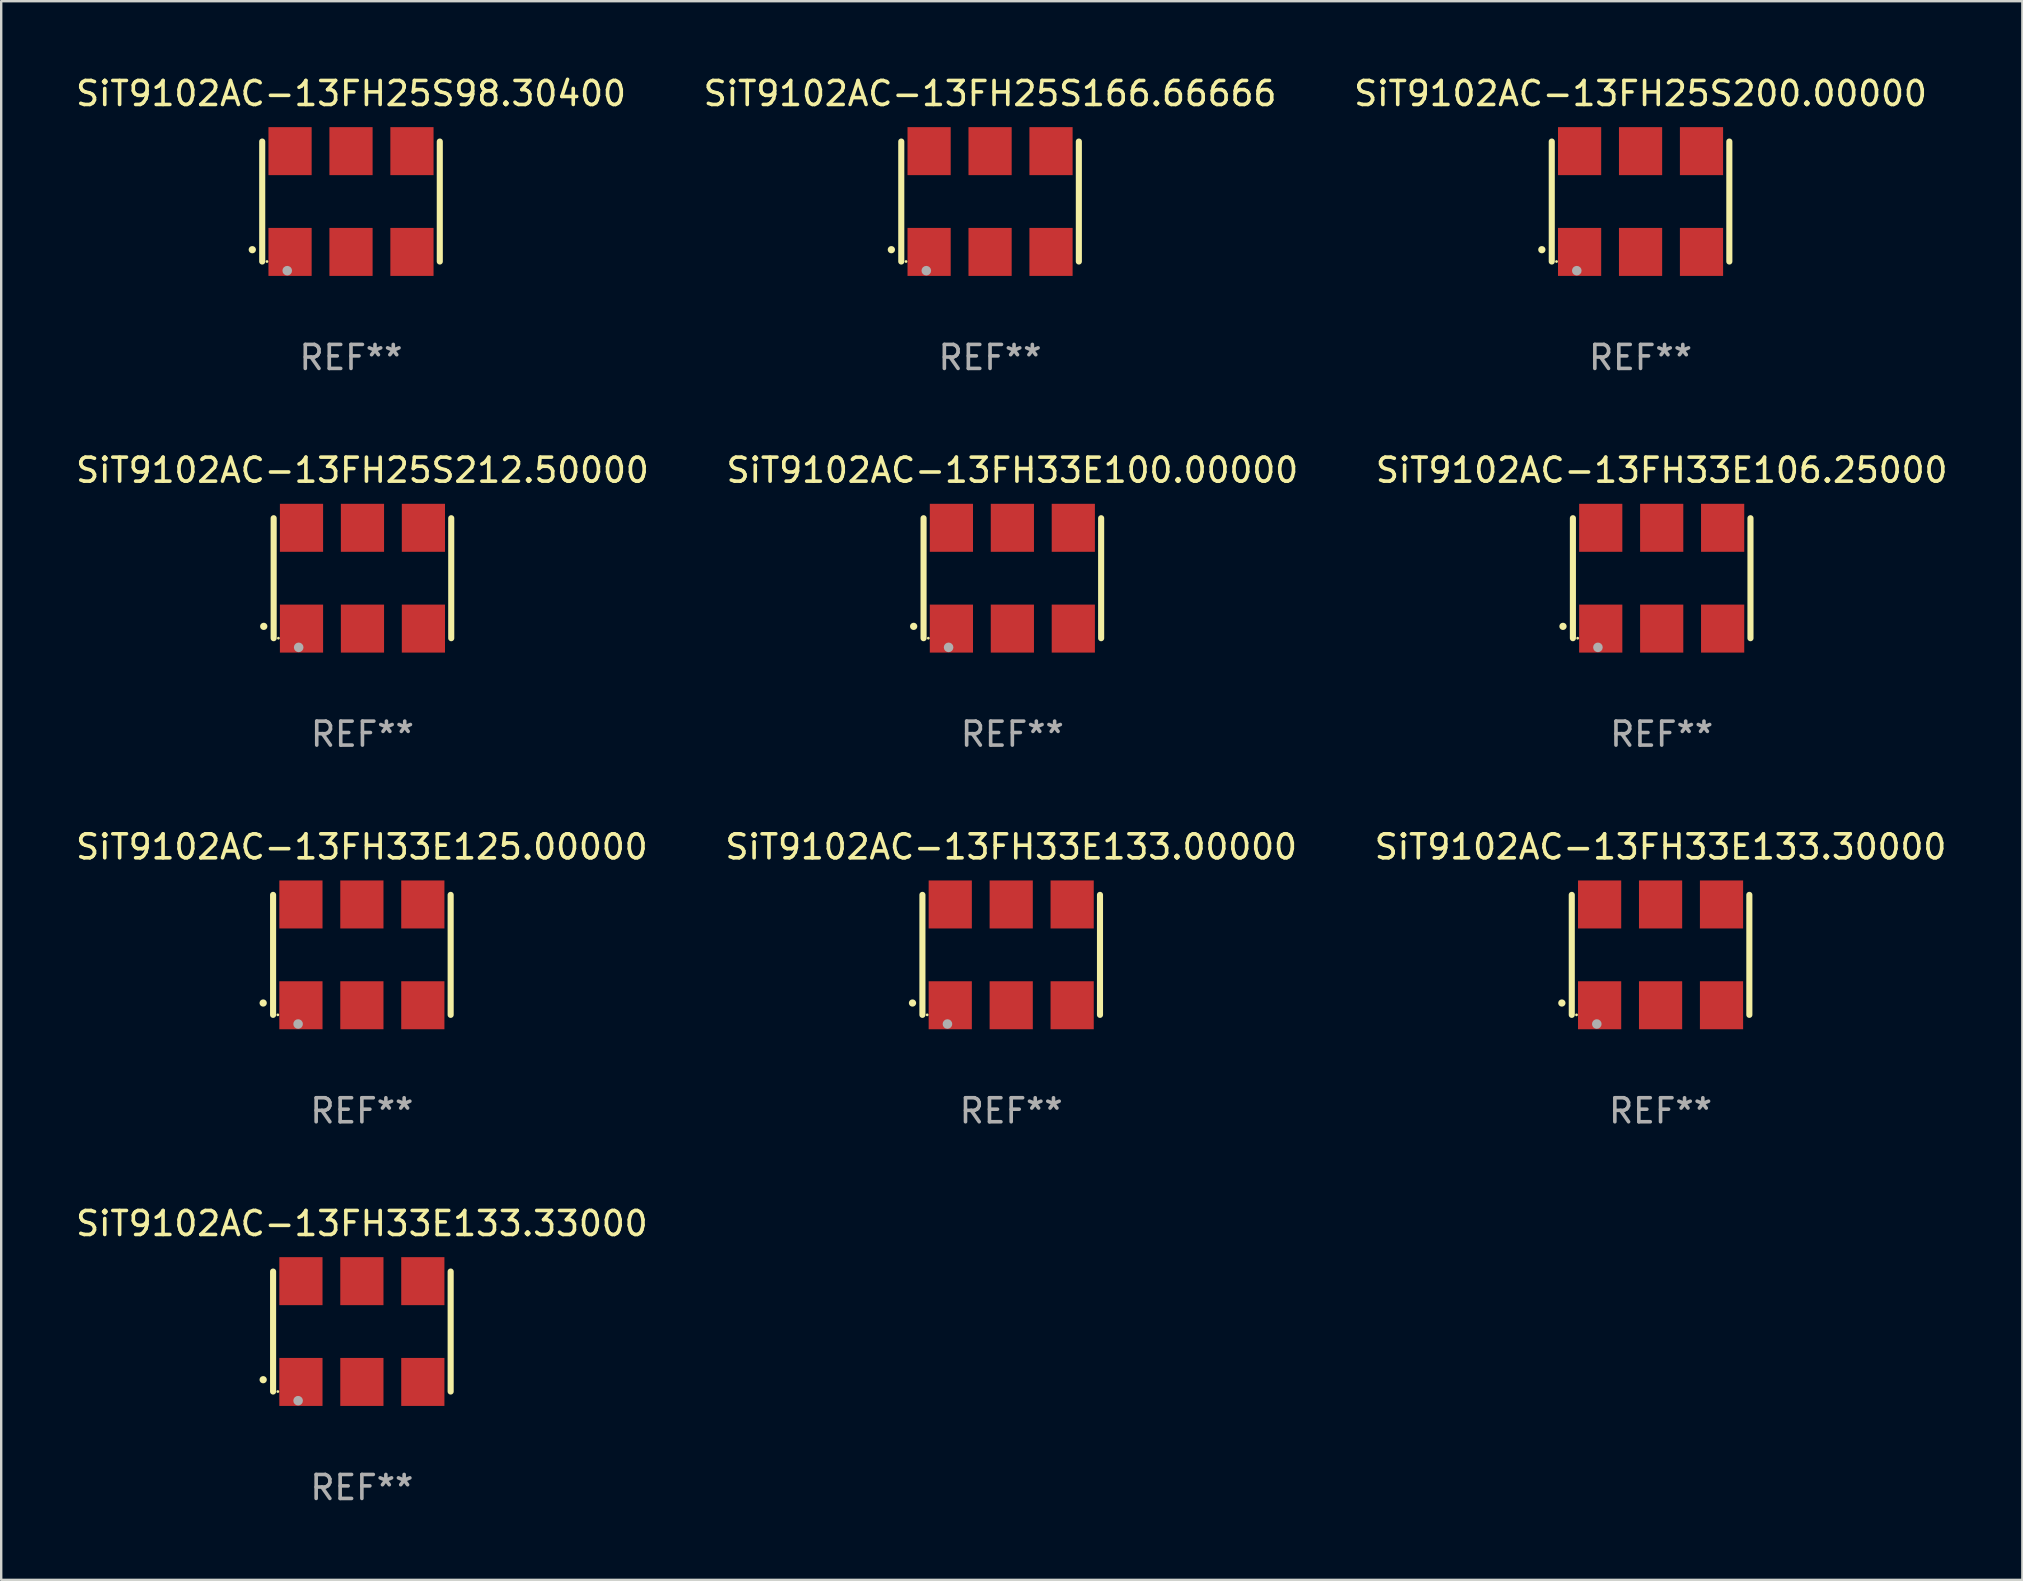
<source format=kicad_pcb>
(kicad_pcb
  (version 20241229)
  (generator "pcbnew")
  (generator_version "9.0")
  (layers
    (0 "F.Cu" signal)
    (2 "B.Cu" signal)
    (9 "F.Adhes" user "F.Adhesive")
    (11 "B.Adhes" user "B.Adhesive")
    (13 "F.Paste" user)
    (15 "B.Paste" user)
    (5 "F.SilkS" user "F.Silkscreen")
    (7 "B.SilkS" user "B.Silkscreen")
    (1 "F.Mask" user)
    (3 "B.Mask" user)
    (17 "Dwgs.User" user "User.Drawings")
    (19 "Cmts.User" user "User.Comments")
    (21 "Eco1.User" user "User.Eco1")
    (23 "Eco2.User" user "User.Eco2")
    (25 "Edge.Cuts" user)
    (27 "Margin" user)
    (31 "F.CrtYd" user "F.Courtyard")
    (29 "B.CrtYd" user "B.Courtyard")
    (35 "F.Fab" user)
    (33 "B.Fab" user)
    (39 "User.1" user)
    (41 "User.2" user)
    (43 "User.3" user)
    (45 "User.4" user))
  (footprint "SiT9102AC-13FH33E100.00000"
    (layer "F.Cu")
    (at 39.137 21.045)
    (property "Reference" "SiT9102AC-13FH33E100.00000" (at 0 -4.5 0) (layer "F.SilkS") (effects (font (size 1 1) (thickness 0.15))))
    (attr through_hole)
    (fp_line (start -3.7 -2.5) (end -3.7 2.5) (stroke (width 0.254) (type solid)) (layer "F.SilkS"))
    (fp_line (start 3.7 -2.5) (end 3.7 2.5) (stroke (width 0.254) (type solid)) (layer "F.SilkS"))
    (fp_arc (start -4.114415 2.006604) (mid -4.113145 2.006599) (end -4.111875 2.006604) (stroke (width 0.3) (type solid)) (layer "F.SilkS"))
    (fp_circle (center -3.502 2.5) (end -3.472 2.5) (stroke (width 0.06) (type solid)) (fill no) (layer "F.SilkS"))
    (fp_circle (center -2.657 2.882) (end -2.557 2.882) (stroke (width 0.2) (type solid)) (fill no) (layer "F.Fab"))
    (fp_text user "REF**" (at 0 6.5 0) (layer "F.Fab") (effects (font (size 1 1) (thickness 0.15))))
    (pad "1" smd rect (at -2.54 2.1) (size 1.8 2) (layers "F.Cu" "F.Mask" "F.Paste"))
    (pad "2" smd rect (at 0.000394 2.1) (size 1.8 2) (layers "F.Cu" "F.Mask" "F.Paste"))
    (pad "3" smd rect (at 2.54 2.1) (size 1.8 2) (layers "F.Cu" "F.Mask" "F.Paste"))
    (pad "4" smd rect (at 2.54 -2.1) (size 1.8 2) (layers "F.Cu" "F.Mask" "F.Paste"))
    (pad "5" smd rect (at 0.000394 -2.1) (size 1.8 2) (layers "F.Cu" "F.Mask" "F.Paste"))
    (pad "6" smd rect (at -2.54 -2.1) (size 1.8 2) (layers "F.Cu" "F.Mask" "F.Paste")))
  (footprint "SiT9102AC-13FH33E106.25000"
    (layer "F.Cu")
    (at 66.196 21.045)
    (property "Reference" "SiT9102AC-13FH33E106.25000" (at 0 -4.5 0) (layer "F.SilkS") (effects (font (size 1 1) (thickness 0.15))))
    (attr through_hole)
    (fp_line (start -3.7 -2.5) (end -3.7 2.5) (stroke (width 0.254) (type solid)) (layer "F.SilkS"))
    (fp_line (start 3.7 -2.5) (end 3.7 2.5) (stroke (width 0.254) (type solid)) (layer "F.SilkS"))
    (fp_arc (start -4.114415 2.006604) (mid -4.113145 2.006599) (end -4.111875 2.006604) (stroke (width 0.3) (type solid)) (layer "F.SilkS"))
    (fp_circle (center -3.502 2.5) (end -3.472 2.5) (stroke (width 0.06) (type solid)) (fill no) (layer "F.SilkS"))
    (fp_circle (center -2.657 2.882) (end -2.557 2.882) (stroke (width 0.2) (type solid)) (fill no) (layer "F.Fab"))
    (fp_text user "REF**" (at 0 6.5 0) (layer "F.Fab") (effects (font (size 1 1) (thickness 0.15))))
    (pad "1" smd rect (at -2.54 2.1) (size 1.8 2) (layers "F.Cu" "F.Mask" "F.Paste"))
    (pad "2" smd rect (at 0.000394 2.1) (size 1.8 2) (layers "F.Cu" "F.Mask" "F.Paste"))
    (pad "3" smd rect (at 2.54 2.1) (size 1.8 2) (layers "F.Cu" "F.Mask" "F.Paste"))
    (pad "4" smd rect (at 2.54 -2.1) (size 1.8 2) (layers "F.Cu" "F.Mask" "F.Paste"))
    (pad "5" smd rect (at 0.000394 -2.1) (size 1.8 2) (layers "F.Cu" "F.Mask" "F.Paste"))
    (pad "6" smd rect (at -2.54 -2.1) (size 1.8 2) (layers "F.Cu" "F.Mask" "F.Paste")))
  (footprint "SiT9102AC-13FH25S98.30400"
    (layer "F.Cu")
    (at 11.577 5.348)
    (property "Reference" "SiT9102AC-13FH25S98.30400" (at 0 -4.5 0) (layer "F.SilkS") (effects (font (size 1 1) (thickness 0.15))))
    (attr through_hole)
    (fp_line (start -3.7 -2.5) (end -3.7 2.5) (stroke (width 0.254) (type solid)) (layer "F.SilkS"))
    (fp_line (start 3.7 -2.5) (end 3.7 2.5) (stroke (width 0.254) (type solid)) (layer "F.SilkS"))
    (fp_arc (start -4.114415 2.006604) (mid -4.113145 2.006599) (end -4.111875 2.006604) (stroke (width 0.3) (type solid)) (layer "F.SilkS"))
    (fp_circle (center -3.502 2.5) (end -3.472 2.5) (stroke (width 0.06) (type solid)) (fill no) (layer "F.SilkS"))
    (fp_circle (center -2.657 2.882) (end -2.557 2.882) (stroke (width 0.2) (type solid)) (fill no) (layer "F.Fab"))
    (fp_text user "REF**" (at 0 6.5 0) (layer "F.Fab") (effects (font (size 1 1) (thickness 0.15))))
    (pad "1" smd rect (at -2.54 2.1) (size 1.8 2) (layers "F.Cu" "F.Mask" "F.Paste"))
    (pad "2" smd rect (at 0.000394 2.1) (size 1.8 2) (layers "F.Cu" "F.Mask" "F.Paste"))
    (pad "3" smd rect (at 2.54 2.1) (size 1.8 2) (layers "F.Cu" "F.Mask" "F.Paste"))
    (pad "4" smd rect (at 2.54 -2.1) (size 1.8 2) (layers "F.Cu" "F.Mask" "F.Paste"))
    (pad "5" smd rect (at 0.000394 -2.1) (size 1.8 2) (layers "F.Cu" "F.Mask" "F.Paste"))
    (pad "6" smd rect (at -2.54 -2.1) (size 1.8 2) (layers "F.Cu" "F.Mask" "F.Paste")))
  (footprint "SiT9102AC-13FH25S200.00000"
    (layer "F.Cu")
    (at 65.315 5.348)
    (property "Reference" "SiT9102AC-13FH25S200.00000" (at 0 -4.5 0) (layer "F.SilkS") (effects (font (size 1 1) (thickness 0.15))))
    (attr through_hole)
    (fp_line (start -3.7 -2.5) (end -3.7 2.5) (stroke (width 0.254) (type solid)) (layer "F.SilkS"))
    (fp_line (start 3.7 -2.5) (end 3.7 2.5) (stroke (width 0.254) (type solid)) (layer "F.SilkS"))
    (fp_arc (start -4.114415 2.006604) (mid -4.113145 2.006599) (end -4.111875 2.006604) (stroke (width 0.3) (type solid)) (layer "F.SilkS"))
    (fp_circle (center -3.502 2.5) (end -3.472 2.5) (stroke (width 0.06) (type solid)) (fill no) (layer "F.SilkS"))
    (fp_circle (center -2.657 2.882) (end -2.557 2.882) (stroke (width 0.2) (type solid)) (fill no) (layer "F.Fab"))
    (fp_text user "REF**" (at 0 6.5 0) (layer "F.Fab") (effects (font (size 1 1) (thickness 0.15))))
    (pad "1" smd rect (at -2.54 2.1) (size 1.8 2) (layers "F.Cu" "F.Mask" "F.Paste"))
    (pad "2" smd rect (at 0.000394 2.1) (size 1.8 2) (layers "F.Cu" "F.Mask" "F.Paste"))
    (pad "3" smd rect (at 2.54 2.1) (size 1.8 2) (layers "F.Cu" "F.Mask" "F.Paste"))
    (pad "4" smd rect (at 2.54 -2.1) (size 1.8 2) (layers "F.Cu" "F.Mask" "F.Paste"))
    (pad "5" smd rect (at 0.000394 -2.1) (size 1.8 2) (layers "F.Cu" "F.Mask" "F.Paste"))
    (pad "6" smd rect (at -2.54 -2.1) (size 1.8 2) (layers "F.Cu" "F.Mask" "F.Paste")))
  (footprint "SiT9102AC-13FH33E133.30000"
    (layer "F.Cu")
    (at 66.149 36.741)
    (property "Reference" "SiT9102AC-13FH33E133.30000" (at 0 -4.5 0) (layer "F.SilkS") (effects (font (size 1 1) (thickness 0.15))))
    (attr through_hole)
    (fp_line (start -3.7 -2.5) (end -3.7 2.5) (stroke (width 0.254) (type solid)) (layer "F.SilkS"))
    (fp_line (start 3.7 -2.5) (end 3.7 2.5) (stroke (width 0.254) (type solid)) (layer "F.SilkS"))
    (fp_arc (start -4.114415 2.006604) (mid -4.113145 2.006599) (end -4.111875 2.006604) (stroke (width 0.3) (type solid)) (layer "F.SilkS"))
    (fp_circle (center -3.502 2.5) (end -3.472 2.5) (stroke (width 0.06) (type solid)) (fill no) (layer "F.SilkS"))
    (fp_circle (center -2.657 2.882) (end -2.557 2.882) (stroke (width 0.2) (type solid)) (fill no) (layer "F.Fab"))
    (fp_text user "REF**" (at 0 6.5 0) (layer "F.Fab") (effects (font (size 1 1) (thickness 0.15))))
    (pad "1" smd rect (at -2.54 2.1) (size 1.8 2) (layers "F.Cu" "F.Mask" "F.Paste"))
    (pad "2" smd rect (at 0.000394 2.1) (size 1.8 2) (layers "F.Cu" "F.Mask" "F.Paste"))
    (pad "3" smd rect (at 2.54 2.1) (size 1.8 2) (layers "F.Cu" "F.Mask" "F.Paste"))
    (pad "4" smd rect (at 2.54 -2.1) (size 1.8 2) (layers "F.Cu" "F.Mask" "F.Paste"))
    (pad "5" smd rect (at 0.000394 -2.1) (size 1.8 2) (layers "F.Cu" "F.Mask" "F.Paste"))
    (pad "6" smd rect (at -2.54 -2.1) (size 1.8 2) (layers "F.Cu" "F.Mask" "F.Paste")))
  (footprint "SiT9102AC-13FH25S166.66666"
    (layer "F.Cu")
    (at 38.208 5.348)
    (property "Reference" "SiT9102AC-13FH25S166.66666" (at 0 -4.5 0) (layer "F.SilkS") (effects (font (size 1 1) (thickness 0.15))))
    (attr through_hole)
    (fp_line (start -3.7 -2.5) (end -3.7 2.5) (stroke (width 0.254) (type solid)) (layer "F.SilkS"))
    (fp_line (start 3.7 -2.5) (end 3.7 2.5) (stroke (width 0.254) (type solid)) (layer "F.SilkS"))
    (fp_arc (start -4.114415 2.006604) (mid -4.113145 2.006599) (end -4.111875 2.006604) (stroke (width 0.3) (type solid)) (layer "F.SilkS"))
    (fp_circle (center -3.502 2.5) (end -3.472 2.5) (stroke (width 0.06) (type solid)) (fill no) (layer "F.SilkS"))
    (fp_circle (center -2.657 2.882) (end -2.557 2.882) (stroke (width 0.2) (type solid)) (fill no) (layer "F.Fab"))
    (fp_text user "REF**" (at 0 6.5 0) (layer "F.Fab") (effects (font (size 1 1) (thickness 0.15))))
    (pad "1" smd rect (at -2.54 2.1) (size 1.8 2) (layers "F.Cu" "F.Mask" "F.Paste"))
    (pad "2" smd rect (at 0.000394 2.1) (size 1.8 2) (layers "F.Cu" "F.Mask" "F.Paste"))
    (pad "3" smd rect (at 2.54 2.1) (size 1.8 2) (layers "F.Cu" "F.Mask" "F.Paste"))
    (pad "4" smd rect (at 2.54 -2.1) (size 1.8 2) (layers "F.Cu" "F.Mask" "F.Paste"))
    (pad "5" smd rect (at 0.000394 -2.1) (size 1.8 2) (layers "F.Cu" "F.Mask" "F.Paste"))
    (pad "6" smd rect (at -2.54 -2.1) (size 1.8 2) (layers "F.Cu" "F.Mask" "F.Paste")))
  (footprint "SiT9102AC-13FH33E133.33000"
    (layer "F.Cu")
    (at 12.03 52.438)
    (property "Reference" "SiT9102AC-13FH33E133.33000" (at 0 -4.5 0) (layer "F.SilkS") (effects (font (size 1 1) (thickness 0.15))))
    (attr through_hole)
    (fp_line (start -3.7 -2.5) (end -3.7 2.5) (stroke (width 0.254) (type solid)) (layer "F.SilkS"))
    (fp_line (start 3.7 -2.5) (end 3.7 2.5) (stroke (width 0.254) (type solid)) (layer "F.SilkS"))
    (fp_arc (start -4.114415 2.006604) (mid -4.113145 2.006599) (end -4.111875 2.006604) (stroke (width 0.3) (type solid)) (layer "F.SilkS"))
    (fp_circle (center -3.502 2.5) (end -3.472 2.5) (stroke (width 0.06) (type solid)) (fill no) (layer "F.SilkS"))
    (fp_circle (center -2.657 2.882) (end -2.557 2.882) (stroke (width 0.2) (type solid)) (fill no) (layer "F.Fab"))
    (fp_text user "REF**" (at 0 6.5 0) (layer "F.Fab") (effects (font (size 1 1) (thickness 0.15))))
    (pad "1" smd rect (at -2.54 2.1) (size 1.8 2) (layers "F.Cu" "F.Mask" "F.Paste"))
    (pad "2" smd rect (at 0.000394 2.1) (size 1.8 2) (layers "F.Cu" "F.Mask" "F.Paste"))
    (pad "3" smd rect (at 2.54 2.1) (size 1.8 2) (layers "F.Cu" "F.Mask" "F.Paste"))
    (pad "4" smd rect (at 2.54 -2.1) (size 1.8 2) (layers "F.Cu" "F.Mask" "F.Paste"))
    (pad "5" smd rect (at 0.000394 -2.1) (size 1.8 2) (layers "F.Cu" "F.Mask" "F.Paste"))
    (pad "6" smd rect (at -2.54 -2.1) (size 1.8 2) (layers "F.Cu" "F.Mask" "F.Paste")))
  (footprint "SiT9102AC-13FH25S212.50000"
    (layer "F.Cu")
    (at 12.054 21.045)
    (property "Reference" "SiT9102AC-13FH25S212.50000" (at 0 -4.5 0) (layer "F.SilkS") (effects (font (size 1 1) (thickness 0.15))))
    (attr through_hole)
    (fp_line (start -3.7 -2.5) (end -3.7 2.5) (stroke (width 0.254) (type solid)) (layer "F.SilkS"))
    (fp_line (start 3.7 -2.5) (end 3.7 2.5) (stroke (width 0.254) (type solid)) (layer "F.SilkS"))
    (fp_arc (start -4.114415 2.006604) (mid -4.113145 2.006599) (end -4.111875 2.006604) (stroke (width 0.3) (type solid)) (layer "F.SilkS"))
    (fp_circle (center -3.502 2.5) (end -3.472 2.5) (stroke (width 0.06) (type solid)) (fill no) (layer "F.SilkS"))
    (fp_circle (center -2.657 2.882) (end -2.557 2.882) (stroke (width 0.2) (type solid)) (fill no) (layer "F.Fab"))
    (fp_text user "REF**" (at 0 6.5 0) (layer "F.Fab") (effects (font (size 1 1) (thickness 0.15))))
    (pad "1" smd rect (at -2.54 2.1) (size 1.8 2) (layers "F.Cu" "F.Mask" "F.Paste"))
    (pad "2" smd rect (at 0.000394 2.1) (size 1.8 2) (layers "F.Cu" "F.Mask" "F.Paste"))
    (pad "3" smd rect (at 2.54 2.1) (size 1.8 2) (layers "F.Cu" "F.Mask" "F.Paste"))
    (pad "4" smd rect (at 2.54 -2.1) (size 1.8 2) (layers "F.Cu" "F.Mask" "F.Paste"))
    (pad "5" smd rect (at 0.000394 -2.1) (size 1.8 2) (layers "F.Cu" "F.Mask" "F.Paste"))
    (pad "6" smd rect (at -2.54 -2.1) (size 1.8 2) (layers "F.Cu" "F.Mask" "F.Paste")))
  (footprint "SiT9102AC-13FH33E133.00000"
    (layer "F.Cu")
    (at 39.089 36.741)
    (property "Reference" "SiT9102AC-13FH33E133.00000" (at 0 -4.5 0) (layer "F.SilkS") (effects (font (size 1 1) (thickness 0.15))))
    (attr through_hole)
    (fp_line (start -3.7 -2.5) (end -3.7 2.5) (stroke (width 0.254) (type solid)) (layer "F.SilkS"))
    (fp_line (start 3.7 -2.5) (end 3.7 2.5) (stroke (width 0.254) (type solid)) (layer "F.SilkS"))
    (fp_arc (start -4.114415 2.006604) (mid -4.113145 2.006599) (end -4.111875 2.006604) (stroke (width 0.3) (type solid)) (layer "F.SilkS"))
    (fp_circle (center -3.502 2.5) (end -3.472 2.5) (stroke (width 0.06) (type solid)) (fill no) (layer "F.SilkS"))
    (fp_circle (center -2.657 2.882) (end -2.557 2.882) (stroke (width 0.2) (type solid)) (fill no) (layer "F.Fab"))
    (fp_text user "REF**" (at 0 6.5 0) (layer "F.Fab") (effects (font (size 1 1) (thickness 0.15))))
    (pad "1" smd rect (at -2.54 2.1) (size 1.8 2) (layers "F.Cu" "F.Mask" "F.Paste"))
    (pad "2" smd rect (at 0.000394 2.1) (size 1.8 2) (layers "F.Cu" "F.Mask" "F.Paste"))
    (pad "3" smd rect (at 2.54 2.1) (size 1.8 2) (layers "F.Cu" "F.Mask" "F.Paste"))
    (pad "4" smd rect (at 2.54 -2.1) (size 1.8 2) (layers "F.Cu" "F.Mask" "F.Paste"))
    (pad "5" smd rect (at 0.000394 -2.1) (size 1.8 2) (layers "F.Cu" "F.Mask" "F.Paste"))
    (pad "6" smd rect (at -2.54 -2.1) (size 1.8 2) (layers "F.Cu" "F.Mask" "F.Paste")))
  (footprint "SiT9102AC-13FH33E125.00000"
    (layer "F.Cu")
    (at 12.03 36.741)
    (property "Reference" "SiT9102AC-13FH33E125.00000" (at 0 -4.5 0) (layer "F.SilkS") (effects (font (size 1 1) (thickness 0.15))))
    (attr through_hole)
    (fp_line (start -3.7 -2.5) (end -3.7 2.5) (stroke (width 0.254) (type solid)) (layer "F.SilkS"))
    (fp_line (start 3.7 -2.5) (end 3.7 2.5) (stroke (width 0.254) (type solid)) (layer "F.SilkS"))
    (fp_arc (start -4.114415 2.006604) (mid -4.113145 2.006599) (end -4.111875 2.006604) (stroke (width 0.3) (type solid)) (layer "F.SilkS"))
    (fp_circle (center -3.502 2.5) (end -3.472 2.5) (stroke (width 0.06) (type solid)) (fill no) (layer "F.SilkS"))
    (fp_circle (center -2.657 2.882) (end -2.557 2.882) (stroke (width 0.2) (type solid)) (fill no) (layer "F.Fab"))
    (fp_text user "REF**" (at 0 6.5 0) (layer "F.Fab") (effects (font (size 1 1) (thickness 0.15))))
    (pad "1" smd rect (at -2.54 2.1) (size 1.8 2) (layers "F.Cu" "F.Mask" "F.Paste"))
    (pad "2" smd rect (at 0.000394 2.1) (size 1.8 2) (layers "F.Cu" "F.Mask" "F.Paste"))
    (pad "3" smd rect (at 2.54 2.1) (size 1.8 2) (layers "F.Cu" "F.Mask" "F.Paste"))
    (pad "4" smd rect (at 2.54 -2.1) (size 1.8 2) (layers "F.Cu" "F.Mask" "F.Paste"))
    (pad "5" smd rect (at 0.000394 -2.1) (size 1.8 2) (layers "F.Cu" "F.Mask" "F.Paste"))
    (pad "6" smd rect (at -2.54 -2.1) (size 1.8 2) (layers "F.Cu" "F.Mask" "F.Paste")))
  (gr_rect
    (start -3 -3)
    (end 81.226 62.786)
    (stroke (width 0.1) (type default))
    (fill no)
    (layer "Edge.Cuts")))
</source>
